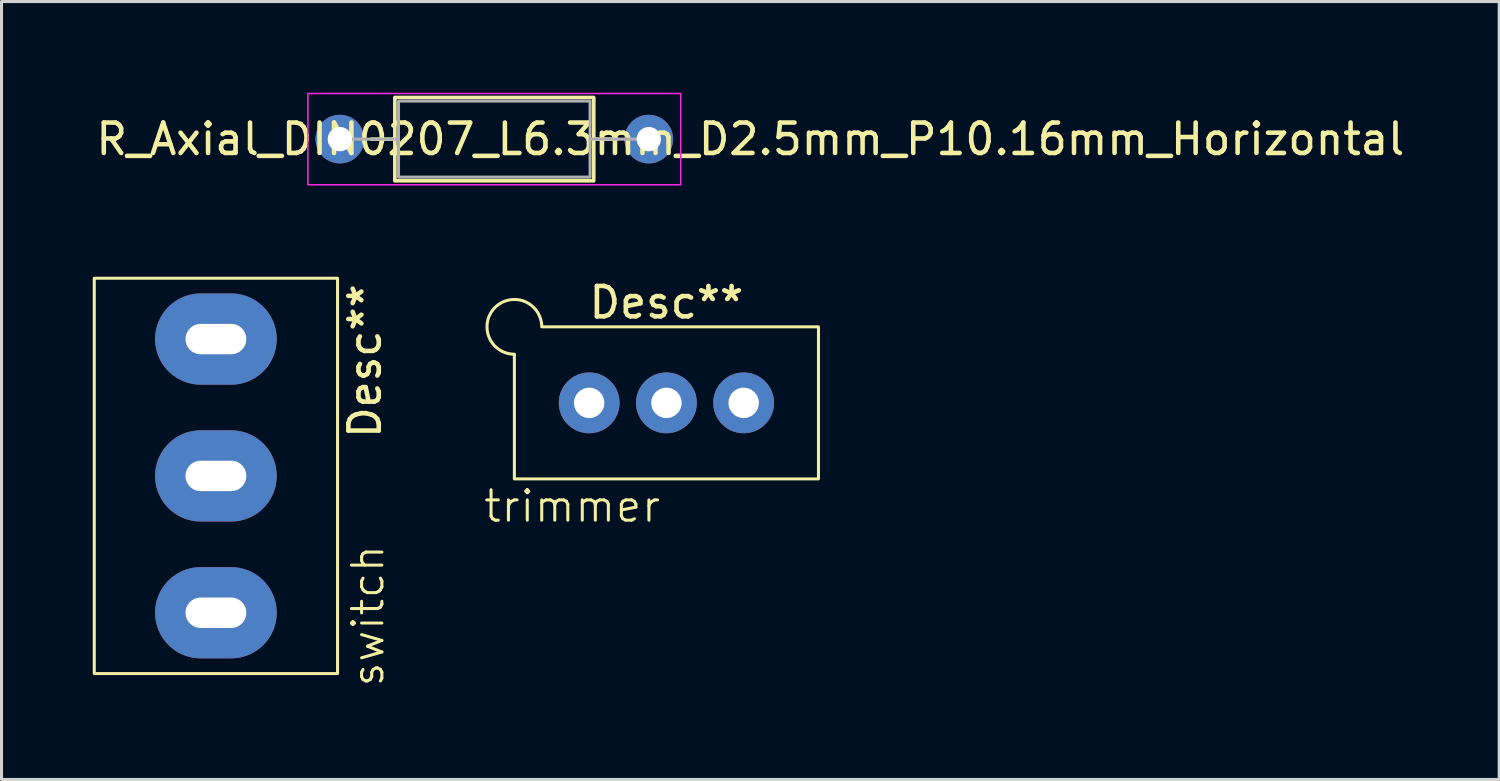
<source format=kicad_pcb>
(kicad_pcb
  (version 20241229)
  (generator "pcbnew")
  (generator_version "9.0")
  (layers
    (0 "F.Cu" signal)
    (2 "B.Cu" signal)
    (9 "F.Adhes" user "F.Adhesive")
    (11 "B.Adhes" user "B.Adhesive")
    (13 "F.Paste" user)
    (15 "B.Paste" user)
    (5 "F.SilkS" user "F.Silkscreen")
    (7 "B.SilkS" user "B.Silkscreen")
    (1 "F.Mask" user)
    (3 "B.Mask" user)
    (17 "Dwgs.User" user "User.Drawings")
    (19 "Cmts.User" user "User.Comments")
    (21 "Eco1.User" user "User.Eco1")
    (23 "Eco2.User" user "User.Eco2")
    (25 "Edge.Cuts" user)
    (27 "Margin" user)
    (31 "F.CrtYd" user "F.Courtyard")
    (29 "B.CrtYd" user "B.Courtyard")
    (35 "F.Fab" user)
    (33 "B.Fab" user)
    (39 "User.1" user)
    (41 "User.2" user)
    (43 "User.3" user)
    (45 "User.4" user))
  (footprint "R_Axial_DIN0207_L6.3mm_D2.5mm_P10.16mm_Horizontal"
    (layer "F.Cu")
    (at 8.125 1.525)
    (property "Reference" "R_Axial_DIN0207_L6.3mm_D2.5mm_P10.16mm_Horizontal" (at 13.5 0 0) (layer "F.SilkS") (effects (font (size 1 1) (thickness 0.15))))
    (attr through_hole)
    (fp_line (start 1.04 0) (end 1.81 0) (stroke (width 0.12) (type solid)) (layer "F.SilkS"))
    (fp_line (start 9.12 0) (end 8.35 0) (stroke (width 0.12) (type solid)) (layer "F.SilkS"))
    (fp_rect (start 1.81 -1.37) (end 8.35 1.37) (stroke (width 0.12) (type solid)) (fill no) (layer "F.SilkS"))
    (fp_rect (start -1.05 -1.5) (end 11.21 1.5) (stroke (width 0.05) (type solid)) (fill no) (layer "F.CrtYd"))
    (fp_line (start 0 0) (end 1.93 0) (stroke (width 0.1) (type solid)) (layer "F.Fab"))
    (fp_line (start 10.16 0) (end 8.23 0) (stroke (width 0.1) (type solid)) (layer "F.Fab"))
    (fp_rect (start 1.93 -1.25) (end 8.23 1.25) (stroke (width 0.1) (type solid)) (fill no) (layer "F.Fab"))
    (pad "1" thru_hole circle (at 0 0) (size 1.6 1.6) (drill 0.8) (layers "*.Cu" "*.Mask"))
    (pad "2" thru_hole circle (at 10.16 0) (size 1.6 1.6) (drill 0.8) (layers "*.Cu" "*.Mask")))
  (footprint "trimmer"
    (layer "F.Cu")
    (at 18.865 10.198)
    (property "Reference" "trimmer" (at -3.1 3.4 0) (unlocked yes) (layer "F.SilkS") (effects (font (size 1 1) (thickness 0.1))))
    (property "Description" "Desc**" (at 0 -3.3 0) (unlocked yes) (layer "F.SilkS") (effects (font (size 1 1) (thickness 0.15))))
    (attr through_hole)
    (fp_poly (pts (xy -4.895 -3.394) (xy -4.811 -3.381) (xy -4.73 -3.359) (xy -4.651 -3.33) (xy -4.574 -3.294) (xy -4.502 -3.25) (xy -4.434 -3.2) (xy -4.371 -3.144) (xy -4.313 -3.082) (xy -4.262 -3.016) (xy -4.217 -2.944) (xy -4.179 -2.869) (xy -4.148 -2.79) (xy -4.124 -2.709) (xy -4.108 -2.626) (xy -4.1 -2.542) (xy -4.1 -2.5) (xy 5 -2.5) (xy 5 2.5) (xy -5 2.5) (xy -5 -1.6) (xy -5.063 -1.602) (xy -5.147 -1.612) (xy -5.23 -1.629) (xy -5.31 -1.655) (xy -5.388 -1.687) (xy -5.462 -1.727) (xy -5.533 -1.774) (xy -5.598 -1.827) (xy -5.659 -1.886) (xy -5.713 -1.95) (xy -5.762 -2.02) (xy -5.803 -2.093) (xy -5.838 -2.17) (xy -5.865 -2.25) (xy -5.885 -2.332) (xy -5.897 -2.416) (xy -5.9 -2.5) (xy -5.897 -2.584) (xy -5.885 -2.668) (xy -5.865 -2.75) (xy -5.838 -2.83) (xy -5.803 -2.907) (xy -5.762 -2.98) (xy -5.713 -3.05) (xy -5.659 -3.114) (xy -5.598 -3.173) (xy -5.533 -3.226) (xy -5.462 -3.273) (xy -5.388 -3.313) (xy -5.31 -3.345) (xy -5.23 -3.371) (xy -5.147 -3.388) (xy -5.063 -3.398) (xy -4.979 -3.4)) (stroke (width 0.1) (type default)) (fill no) (layer "F.SilkS"))
    (pad "1" thru_hole circle (at -2.54 0) (size 2 2) (drill 1) (layers "*.Cu" "*.Mask"))
    (pad "2" thru_hole circle (at 0 0) (size 2 2) (drill 1) (layers "*.Cu" "*.Mask"))
    (pad "3" thru_hole circle (at 2.54 0) (size 2 2) (drill 1) (layers "*.Cu" "*.Mask")))
  (footprint "switch"
    (layer "F.Cu")
    (at 4.05 12.6)
    (property "Reference" "switch" (at 5 4.6 90) (unlocked yes) (layer "F.SilkS") (effects (font (size 1 1) (thickness 0.1))))
    (property "Description" "Desc**" (at 4.9 -6.4 90) (unlocked yes) (layer "F.SilkS") (effects (font (size 1 1) (thickness 0.15)) (justify right)))
    (attr through_hole)
    (fp_rect (start -4 -6.5) (end 4 6.5) (stroke (width 0.1) (type solid)) (fill no) (layer "F.SilkS"))
    (pad "1" thru_hole oval (at 0 -4.5) (size 4 3) (drill oval 2 1) (layers "*.Cu" "*.Mask"))
    (pad "2" thru_hole oval (at 0 0) (size 4 3) (drill oval 2 1) (layers "*.Cu" "*.Mask"))
    (pad "3" thru_hole oval (at 0 4.5) (size 4 3) (drill oval 2 1) (layers "*.Cu" "*.Mask")))
  (gr_rect
    (start -3 -3)
    (end 46.25 22.583)
    (stroke (width 0.1) (type default))
    (fill no)
    (layer "Edge.Cuts")))
</source>
